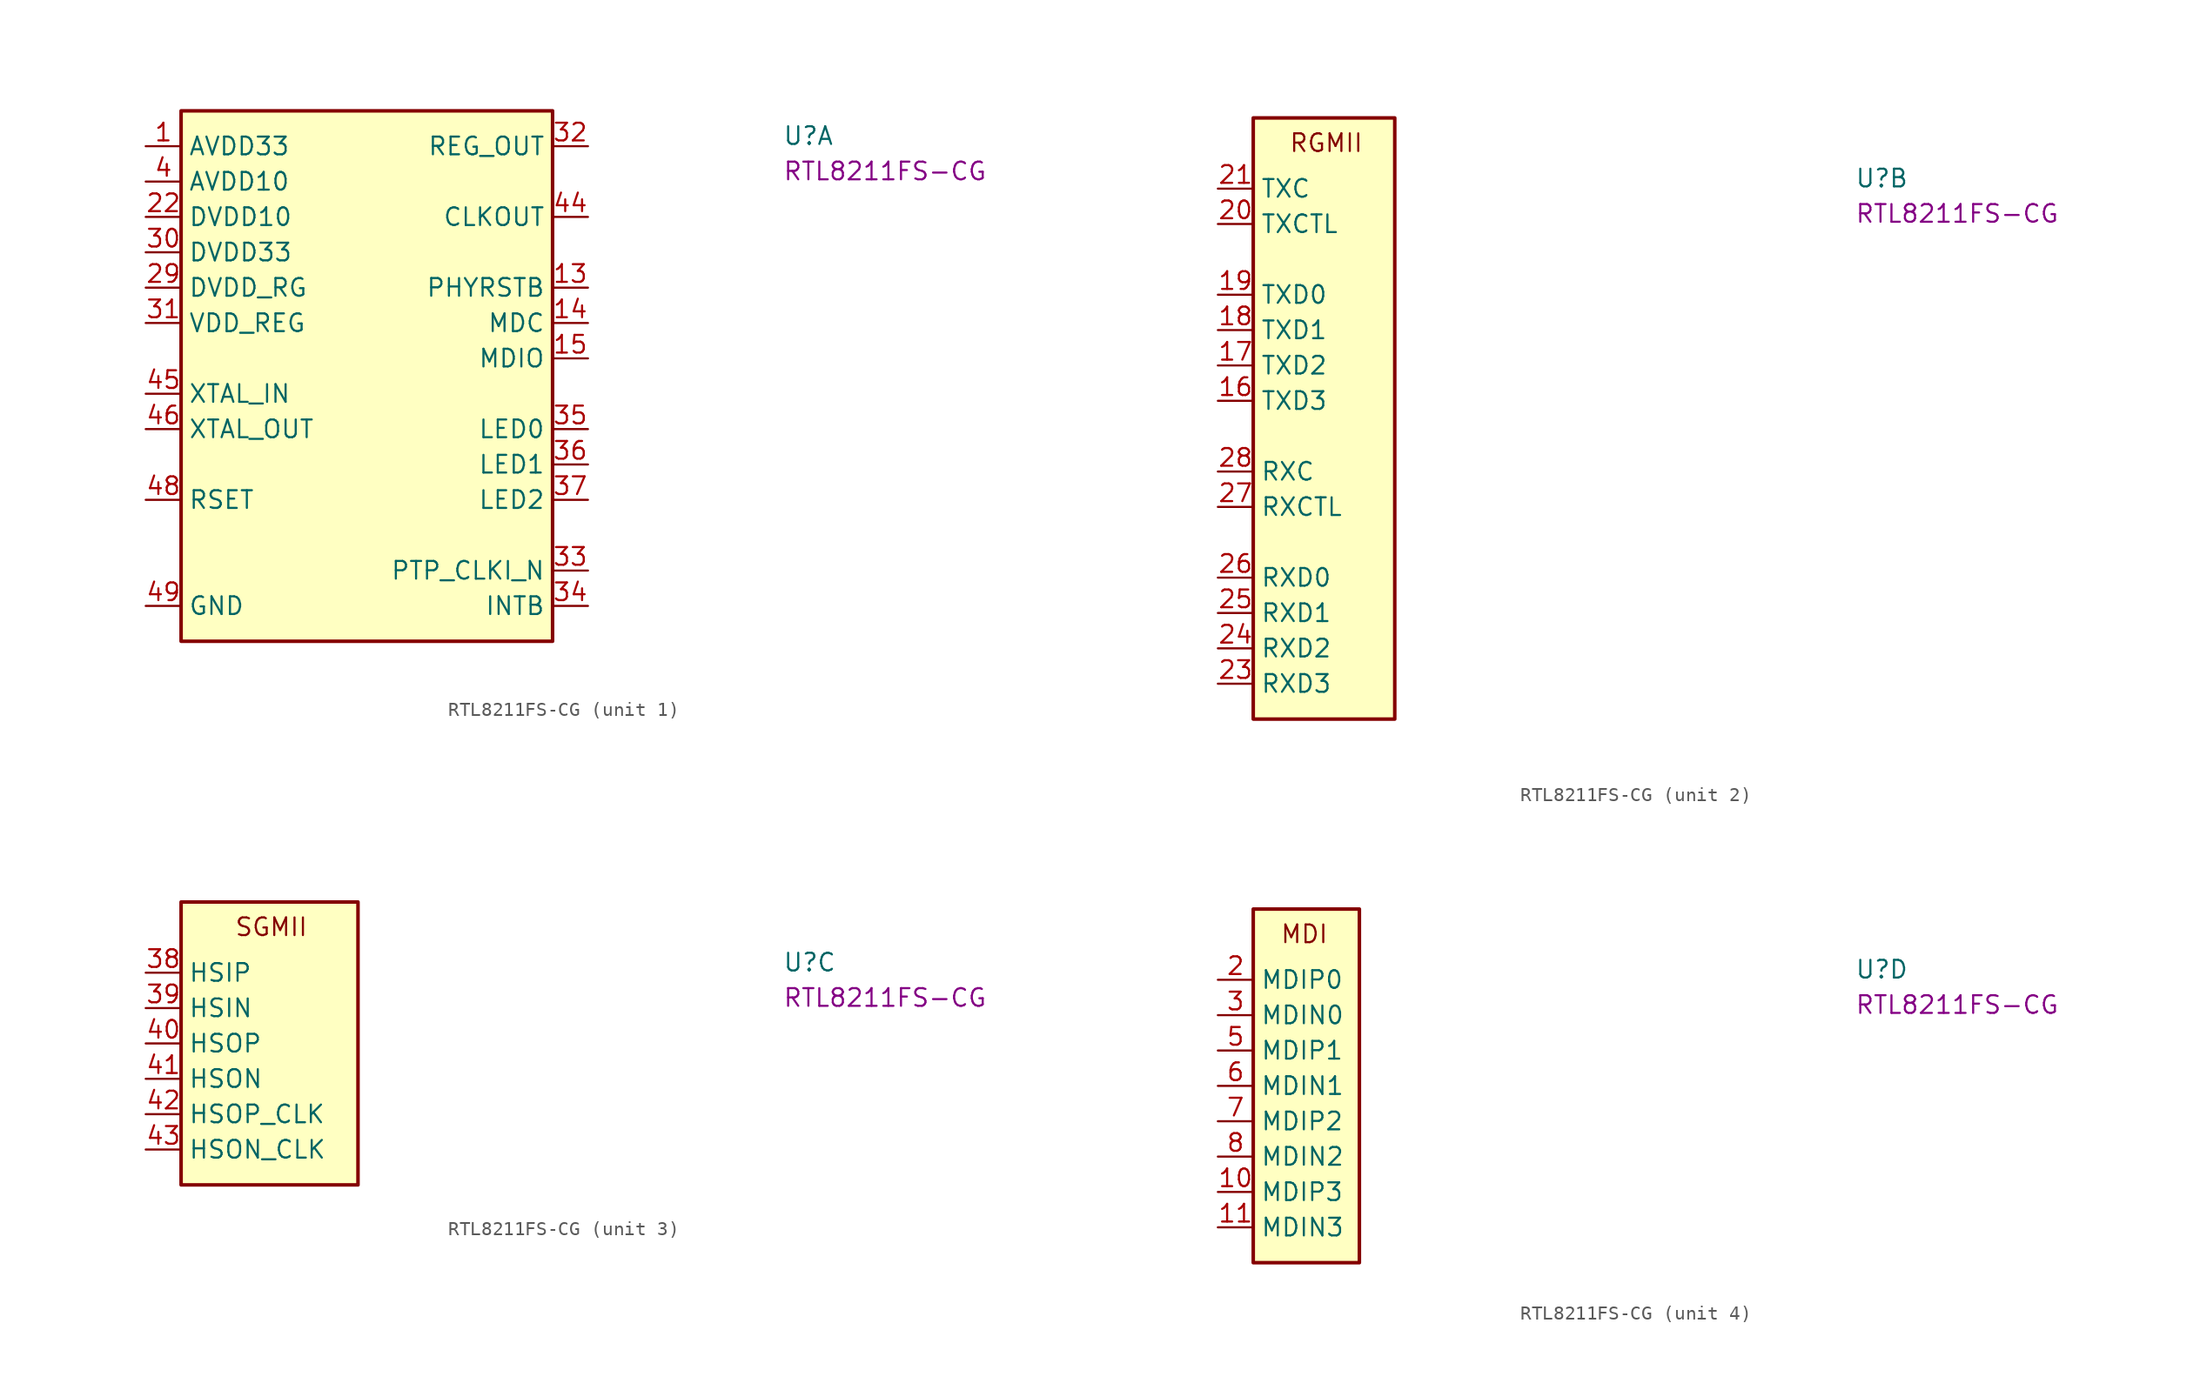
<source format=kicad_sym>
(kicad_symbol_lib
  (version 20220914)
  (generator kicad_symbol_editor)
  (symbol "RTL8211FS-CG"
    (property "Reference" "U"
      (at 45.72 0 0)
      (effects (font (size 1.27 1.27) (thickness 0.15)) (justify left bottom)))
    (property "MPN" "RTL8211FS-CG"
      (at 45.72 -2.54 0)
      (effects (font (size 1.27 1.27) (thickness 0.15)) (justify left bottom)))
    (symbol "RTL8211FS-CG_1_1"
      (rectangle (start 2.54 2.54) (end 29.21 -35.56) (stroke (width 0.254) (type default)) (fill (type background)))
      (pin power_in line (at 0 0 0) (length 2.54) (name "AVDD33" (effects (font (size 1.27 1.27)))) (number "1" (effects (font (size 1.27 1.27)))))
      (pin passive line (at 0 0 0) (length 2.54) hide (name "AVDD33" (effects (font (size 1.27 1.27)))) (number "12" (effects (font (size 1.27 1.27)))))
      (pin input line (at 31.75 -10.16 180) (length 2.54) (name "PHYRSTB" (effects (font (size 1.27 1.27)))) (number "13" (effects (font (size 1.27 1.27)))))
      (pin input line (at 31.75 -12.7 180) (length 2.54) (name "MDC" (effects (font (size 1.27 1.27)))) (number "14" (effects (font (size 1.27 1.27)))))
      (pin bidirectional line (at 31.75 -15.24 180) (length 2.54) (name "MDIO" (effects (font (size 1.27 1.27)))) (number "15" (effects (font (size 1.27 1.27)))))
      (pin power_in line (at 0 -5.08 0) (length 2.54) (name "DVDD10" (effects (font (size 1.27 1.27)))) (number "22" (effects (font (size 1.27 1.27)))))
      (pin power_in line (at 0 -10.16 0) (length 2.54) (name "DVDD_RG" (effects (font (size 1.27 1.27)))) (number "29" (effects (font (size 1.27 1.27)))))
      (pin passive line (at 0 0 0) (length 2.54) hide (name "AVDD33" (effects (font (size 1.27 1.27)))) (number "30" (effects (font (size 1.27 1.27)))))
      (pin power_in line (at 0 -7.62 0) (length 2.54) (name "DVDD33" (effects (font (size 1.27 1.27)))) (number "30" (effects (font (size 1.27 1.27)))))
      (pin power_in line (at 0 -12.7 0) (length 2.54) (name "VDD_REG" (effects (font (size 1.27 1.27)))) (number "31" (effects (font (size 1.27 1.27)))))
      (pin power_out line (at 31.75 0 180) (length 2.54) (name "REG_OUT" (effects (font (size 1.27 1.27)))) (number "32" (effects (font (size 1.27 1.27)))))
      (pin bidirectional line (at 31.75 -30.48 180) (length 2.54) (name "PTP_CLKI_N" (effects (font (size 1.27 1.27)))) (number "33" (effects (font (size 1.27 1.27)))) (alternate "CFG_EXT" passive line) (alternate "GPIO0" passive line))
      (pin bidirectional line (at 31.75 -33.02 180) (length 2.54) (name "INTB" (effects (font (size 1.27 1.27)))) (number "34" (effects (font (size 1.27 1.27)))) (alternate "CFG_EXT" passive line) (alternate "GPIO1" passive line) (alternate "PMEB" passive line))
      (pin bidirectional line (at 31.75 -20.32 180) (length 2.54) (name "LED0" (effects (font (size 1.27 1.27)))) (number "35" (effects (font (size 1.27 1.27)))) (alternate "CFG_EXT" passive line))
      (pin bidirectional line (at 31.75 -22.86 180) (length 2.54) (name "LED1" (effects (font (size 1.27 1.27)))) (number "36" (effects (font (size 1.27 1.27)))) (alternate "CFG_LDO0" passive line))
      (pin bidirectional line (at 31.75 -25.4 180) (length 2.54) (name "LED2" (effects (font (size 1.27 1.27)))) (number "37" (effects (font (size 1.27 1.27)))) (alternate "CFG_LDO1" passive line))
      (pin power_in line (at 0 -2.54 0) (length 2.54) (name "AVDD10" (effects (font (size 1.27 1.27)))) (number "4" (effects (font (size 1.27 1.27)))))
      (pin output line (at 31.75 -5.08 180) (length 2.54) (name "CLKOUT" (effects (font (size 1.27 1.27)))) (number "44" (effects (font (size 1.27 1.27)))))
      (pin input line (at 0 -17.78 0) (length 2.54) (name "XTAL_IN" (effects (font (size 1.27 1.27)))) (number "45" (effects (font (size 1.27 1.27)))))
      (pin output line (at 0 -20.32 0) (length 2.54) (name "XTAL_OUT" (effects (font (size 1.27 1.27)))) (number "46" (effects (font (size 1.27 1.27)))) (alternate "EXT_CLK" passive line))
      (pin passive line (at 0 -2.54 0) (length 2.54) hide (name "AVDD10" (effects (font (size 1.27 1.27)))) (number "47" (effects (font (size 1.27 1.27)))))
      (pin output line (at 0 -25.4 0) (length 2.54) (name "RSET" (effects (font (size 1.27 1.27)))) (number "48" (effects (font (size 1.27 1.27)))))
      (pin power_in line (at 0 -33.02 0) (length 2.54) (name "GND" (effects (font (size 1.27 1.27)))) (number "49" (effects (font (size 1.27 1.27)))))
      (pin passive line (at 0 -2.54 0) (length 2.54) hide (name "AVDD10" (effects (font (size 1.27 1.27)))) (number "9" (effects (font (size 1.27 1.27))))))
    (symbol "RTL8211FS-CG_2_1"
      (rectangle (start 2.54 5.08) (end 12.7 -38.1) (stroke (width 0.254) (type default)) (fill (type background)))
      (text "RGMII" (at 5.08 2.54 0) (effects (font (size 1.27 1.27) (thickness 0.15)) (justify left bottom)))
      (pin input line (at 0 -15.24 0) (length 2.54) (name "TXD3" (effects (font (size 1.27 1.27)))) (number "16" (effects (font (size 1.27 1.27)))))
      (pin input line (at 0 -12.7 0) (length 2.54) (name "TXD2" (effects (font (size 1.27 1.27)))) (number "17" (effects (font (size 1.27 1.27)))))
      (pin input line (at 0 -10.16 0) (length 2.54) (name "TXD1" (effects (font (size 1.27 1.27)))) (number "18" (effects (font (size 1.27 1.27)))))
      (pin input line (at 0 -7.62 0) (length 2.54) (name "TXD0" (effects (font (size 1.27 1.27)))) (number "19" (effects (font (size 1.27 1.27)))))
      (pin input line (at 0 -2.54 0) (length 2.54) (name "TXCTL" (effects (font (size 1.27 1.27)))) (number "20" (effects (font (size 1.27 1.27)))))
      (pin input line (at 0 0 0) (length 2.54) (name "TXC" (effects (font (size 1.27 1.27)))) (number "21" (effects (font (size 1.27 1.27)))))
      (pin bidirectional line (at 0 -35.56 0) (length 2.54) (name "RXD3" (effects (font (size 1.27 1.27)))) (number "23" (effects (font (size 1.27 1.27)))) (alternate "PHYAD0" passive line))
      (pin bidirectional line (at 0 -33.02 0) (length 2.54) (name "RXD2" (effects (font (size 1.27 1.27)))) (number "24" (effects (font (size 1.27 1.27)))) (alternate "PLLOFF" passive line))
      (pin bidirectional line (at 0 -30.48 0) (length 2.54) (name "RXD1" (effects (font (size 1.27 1.27)))) (number "25" (effects (font (size 1.27 1.27)))) (alternate "TXDLY" passive line))
      (pin bidirectional line (at 0 -27.94 0) (length 2.54) (name "RXD0" (effects (font (size 1.27 1.27)))) (number "26" (effects (font (size 1.27 1.27)))) (alternate "RXDLY" passive line))
      (pin bidirectional line (at 0 -22.86 0) (length 2.54) (name "RXCTL" (effects (font (size 1.27 1.27)))) (number "27" (effects (font (size 1.27 1.27)))) (alternate "PHYAD2" passive line))
      (pin bidirectional line (at 0 -20.32 0) (length 2.54) (name "RXC" (effects (font (size 1.27 1.27)))) (number "28" (effects (font (size 1.27 1.27)))) (alternate "PHYAD1" passive line)))
    (symbol "RTL8211FS-CG_3_1"
      (rectangle (start 2.54 5.08) (end 15.24 -15.24) (stroke (width 0.254) (type default)) (fill (type background)))
      (text "SGMII" (at 6.35 2.54 0) (effects (font (size 1.27 1.27) (thickness 0.15)) (justify left bottom)))
      (pin input line (at 0 0 0) (length 2.54) (name "HSIP" (effects (font (size 1.27 1.27)))) (number "38" (effects (font (size 1.27 1.27)))))
      (pin input line (at 0 -2.54 0) (length 2.54) (name "HSIN" (effects (font (size 1.27 1.27)))) (number "39" (effects (font (size 1.27 1.27)))))
      (pin output line (at 0 -5.08 0) (length 2.54) (name "HSOP" (effects (font (size 1.27 1.27)))) (number "40" (effects (font (size 1.27 1.27)))))
      (pin output line (at 0 -7.62 0) (length 2.54) (name "HSON" (effects (font (size 1.27 1.27)))) (number "41" (effects (font (size 1.27 1.27)))))
      (pin output line (at 0 -10.16 0) (length 2.54) (name "HSOP_CLK" (effects (font (size 1.27 1.27)))) (number "42" (effects (font (size 1.27 1.27)))))
      (pin output line (at 0 -12.7 0) (length 2.54) (name "HSON_CLK" (effects (font (size 1.27 1.27)))) (number "43" (effects (font (size 1.27 1.27))))))
    (symbol "RTL8211FS-CG_4_1"
      (rectangle (start 2.54 5.08) (end 10.16 -20.32) (stroke (width 0.254) (type default)) (fill (type background)))
      (text "MDI" (at 4.445 2.54 0) (effects (font (size 1.27 1.27) (thickness 0.15)) (justify left bottom)))
      (pin bidirectional line (at 0 -15.24 0) (length 2.54) (name "MDIP3" (effects (font (size 1.27 1.27)))) (number "10" (effects (font (size 1.27 1.27)))))
      (pin bidirectional line (at 0 -17.78 0) (length 2.54) (name "MDIN3" (effects (font (size 1.27 1.27)))) (number "11" (effects (font (size 1.27 1.27)))))
      (pin bidirectional line (at 0 0 0) (length 2.54) (name "MDIP0" (effects (font (size 1.27 1.27)))) (number "2" (effects (font (size 1.27 1.27)))))
      (pin bidirectional line (at 0 -2.54 0) (length 2.54) (name "MDIN0" (effects (font (size 1.27 1.27)))) (number "3" (effects (font (size 1.27 1.27)))))
      (pin bidirectional line (at 0 -5.08 0) (length 2.54) (name "MDIP1" (effects (font (size 1.27 1.27)))) (number "5" (effects (font (size 1.27 1.27)))))
      (pin bidirectional line (at 0 -7.62 0) (length 2.54) (name "MDIN1" (effects (font (size 1.27 1.27)))) (number "6" (effects (font (size 1.27 1.27)))))
      (pin bidirectional line (at 0 -10.16 0) (length 2.54) (name "MDIP2" (effects (font (size 1.27 1.27)))) (number "7" (effects (font (size 1.27 1.27)))))
      (pin bidirectional line (at 0 -12.7 0) (length 2.54) (name "MDIN2" (effects (font (size 1.27 1.27)))) (number "8" (effects (font (size 1.27 1.27))))))))
</source>
